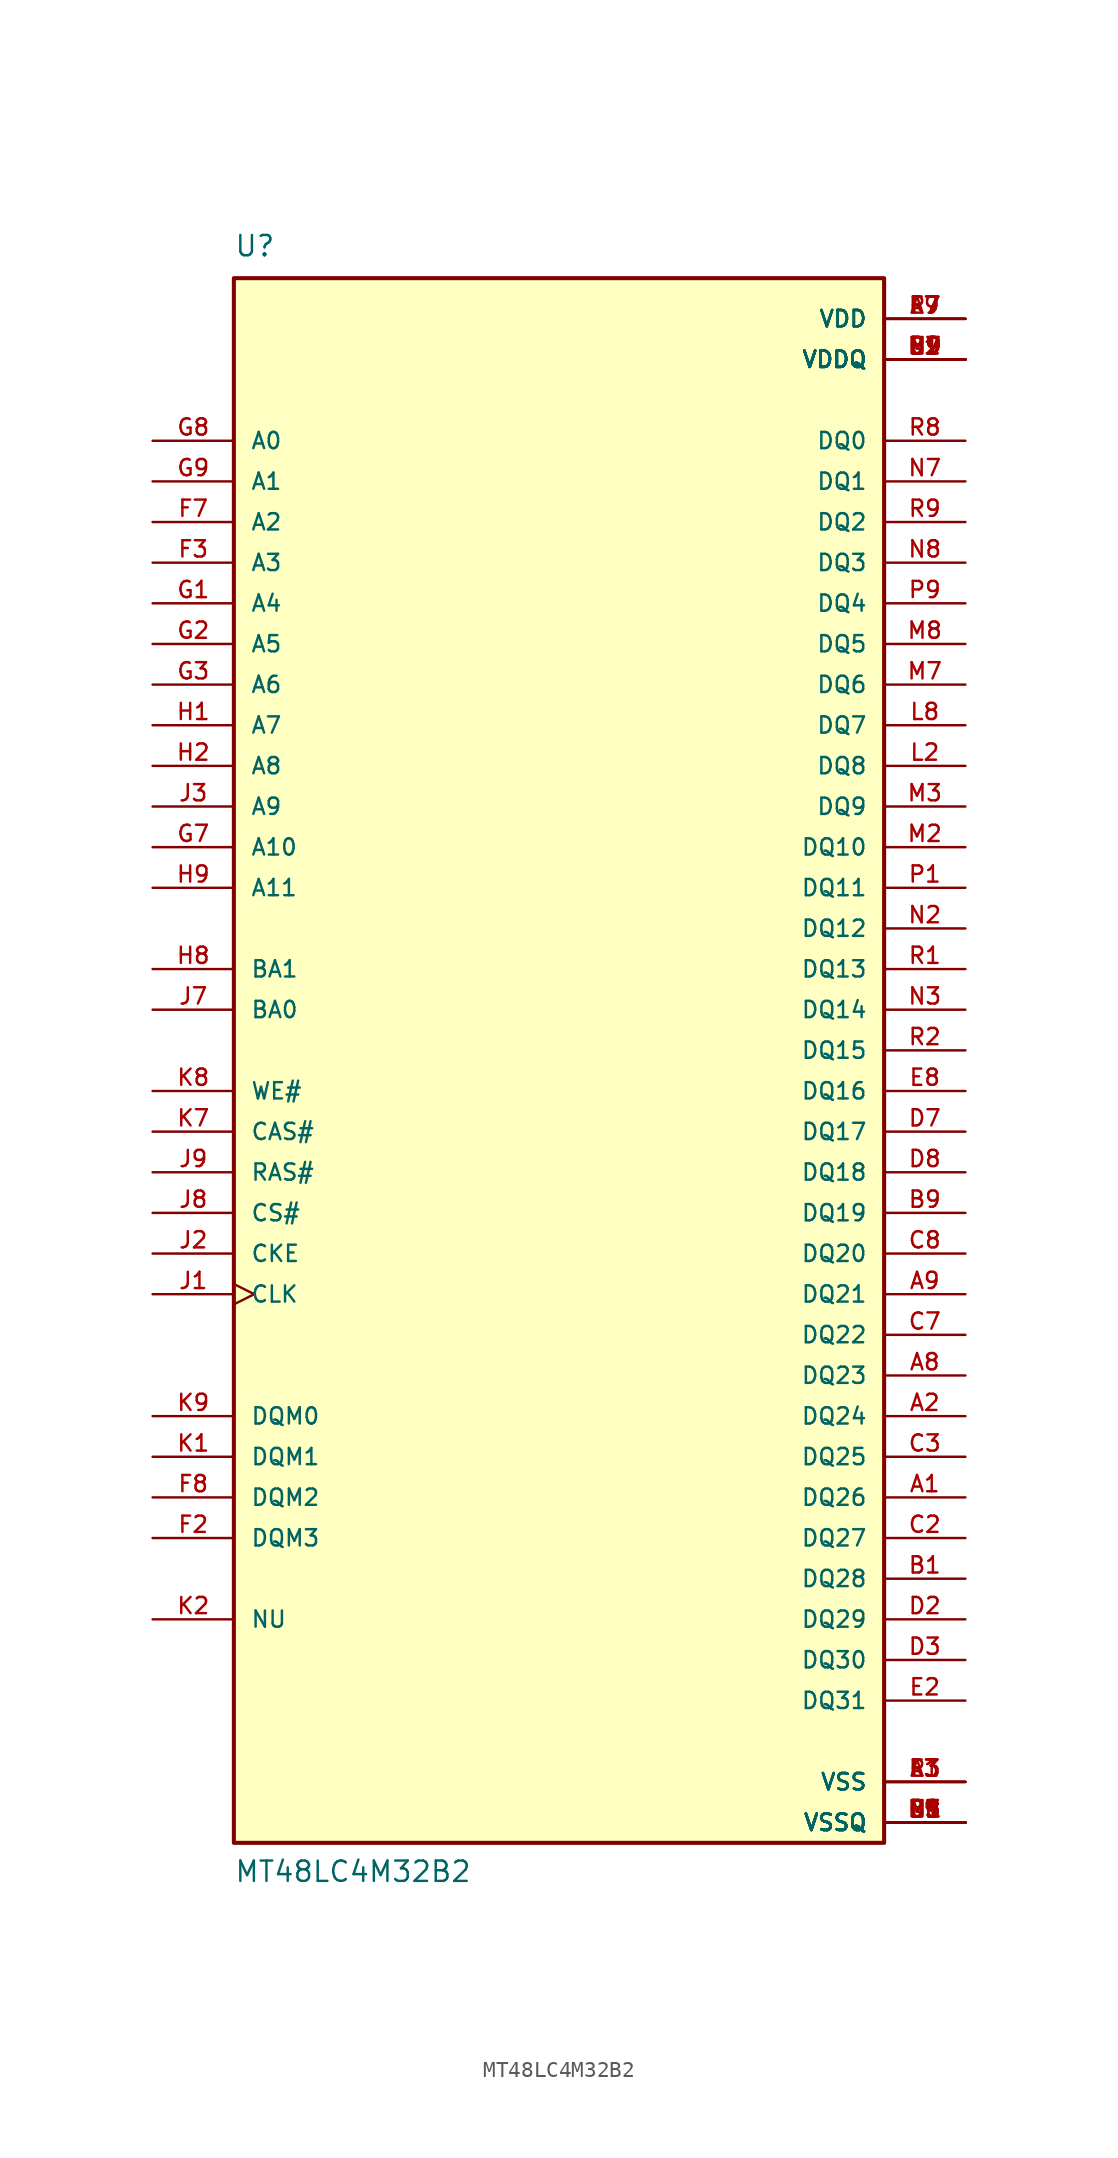
<source format=kicad_sym>
(kicad_symbol_lib
  (version 20211014)
  (generator kicad_symbol_editor)
  (symbol "MT48LC4M32B2"
    (pin_names
      (offset 1.016))
    (property "Reference" "U"
      (at -20.32 49.53 0)
      (effects (font (size 1.27 1.27)) (justify left bottom)))
    (property "Value" "MT48LC4M32B2"
      (at -20.32 -52.07 0)
      (effects (font (size 1.27 1.27)) (justify left bottom)))
    (symbol "MT48LC4M32B2_0_0"
      (rectangle (start 20.32 48.26) (end -20.32 -49.53) (stroke (width 0.254) (type default) (color 0 0 0 0)) (fill (type background)))
      (pin bidirectional line (at 25.4 -27.94 180) (length 5.08) (name "DQ26" (effects (font (size 1.016 1.016)))) (number "A1" (effects (font (size 1.016 1.016)))))
      (pin bidirectional line (at 25.4 -22.86 180) (length 5.08) (name "DQ24" (effects (font (size 1.016 1.016)))) (number "A2" (effects (font (size 1.016 1.016)))))
      (pin power_in line (at 25.4 -45.72 180) (length 5.08) (name "VSS" (effects (font (size 1.016 1.016)))) (number "A3" (effects (font (size 1.016 1.016)))))
      (pin power_in line (at 25.4 45.72 180) (length 5.08) (name "VDD" (effects (font (size 1.016 1.016)))) (number "A7" (effects (font (size 1.016 1.016)))))
      (pin bidirectional line (at 25.4 -20.32 180) (length 5.08) (name "DQ23" (effects (font (size 1.016 1.016)))) (number "A8" (effects (font (size 1.016 1.016)))))
      (pin bidirectional line (at 25.4 -15.24 180) (length 5.08) (name "DQ21" (effects (font (size 1.016 1.016)))) (number "A9" (effects (font (size 1.016 1.016)))))
      (pin bidirectional line (at 25.4 -33.02 180) (length 5.08) (name "DQ28" (effects (font (size 1.016 1.016)))) (number "B1" (effects (font (size 1.016 1.016)))))
      (pin power_in line (at 25.4 43.18 180) (length 5.08) (name "VDDQ" (effects (font (size 1.016 1.016)))) (number "B2" (effects (font (size 1.016 1.016)))))
      (pin power_in line (at 25.4 -48.26 180) (length 5.08) (name "VSSQ" (effects (font (size 1.016 1.016)))) (number "B3" (effects (font (size 1.016 1.016)))))
      (pin power_in line (at 25.4 43.18 180) (length 5.08) (name "VDDQ" (effects (font (size 1.016 1.016)))) (number "B7" (effects (font (size 1.016 1.016)))))
      (pin power_in line (at 25.4 -48.26 180) (length 5.08) (name "VSSQ" (effects (font (size 1.016 1.016)))) (number "B8" (effects (font (size 1.016 1.016)))))
      (pin bidirectional line (at 25.4 -10.16 180) (length 5.08) (name "DQ19" (effects (font (size 1.016 1.016)))) (number "B9" (effects (font (size 1.016 1.016)))))
      (pin power_in line (at 25.4 -48.26 180) (length 5.08) (name "VSSQ" (effects (font (size 1.016 1.016)))) (number "C1" (effects (font (size 1.016 1.016)))))
      (pin bidirectional line (at 25.4 -30.48 180) (length 5.08) (name "DQ27" (effects (font (size 1.016 1.016)))) (number "C2" (effects (font (size 1.016 1.016)))))
      (pin bidirectional line (at 25.4 -25.4 180) (length 5.08) (name "DQ25" (effects (font (size 1.016 1.016)))) (number "C3" (effects (font (size 1.016 1.016)))))
      (pin bidirectional line (at 25.4 -17.78 180) (length 5.08) (name "DQ22" (effects (font (size 1.016 1.016)))) (number "C7" (effects (font (size 1.016 1.016)))))
      (pin bidirectional line (at 25.4 -12.7 180) (length 5.08) (name "DQ20" (effects (font (size 1.016 1.016)))) (number "C8" (effects (font (size 1.016 1.016)))))
      (pin power_in line (at 25.4 43.18 180) (length 5.08) (name "VDDQ" (effects (font (size 1.016 1.016)))) (number "C9" (effects (font (size 1.016 1.016)))))
      (pin power_in line (at 25.4 -48.26 180) (length 5.08) (name "VSSQ" (effects (font (size 1.016 1.016)))) (number "D1" (effects (font (size 1.016 1.016)))))
      (pin bidirectional line (at 25.4 -35.56 180) (length 5.08) (name "DQ29" (effects (font (size 1.016 1.016)))) (number "D2" (effects (font (size 1.016 1.016)))))
      (pin bidirectional line (at 25.4 -38.1 180) (length 5.08) (name "DQ30" (effects (font (size 1.016 1.016)))) (number "D3" (effects (font (size 1.016 1.016)))))
      (pin bidirectional line (at 25.4 -5.08 180) (length 5.08) (name "DQ17" (effects (font (size 1.016 1.016)))) (number "D7" (effects (font (size 1.016 1.016)))))
      (pin bidirectional line (at 25.4 -7.62 180) (length 5.08) (name "DQ18" (effects (font (size 1.016 1.016)))) (number "D8" (effects (font (size 1.016 1.016)))))
      (pin power_in line (at 25.4 43.18 180) (length 5.08) (name "VDDQ" (effects (font (size 1.016 1.016)))) (number "D9" (effects (font (size 1.016 1.016)))))
      (pin power_in line (at 25.4 43.18 180) (length 5.08) (name "VDDQ" (effects (font (size 1.016 1.016)))) (number "E1" (effects (font (size 1.016 1.016)))))
      (pin bidirectional line (at 25.4 -40.64 180) (length 5.08) (name "DQ31" (effects (font (size 1.016 1.016)))) (number "E2" (effects (font (size 1.016 1.016)))))
      (pin bidirectional line (at 25.4 -2.54 180) (length 5.08) (name "DQ16" (effects (font (size 1.016 1.016)))) (number "E8" (effects (font (size 1.016 1.016)))))
      (pin power_in line (at 25.4 -48.26 180) (length 5.08) (name "VSSQ" (effects (font (size 1.016 1.016)))) (number "E9" (effects (font (size 1.016 1.016)))))
      (pin power_in line (at 25.4 -45.72 180) (length 5.08) (name "VSS" (effects (font (size 1.016 1.016)))) (number "F1" (effects (font (size 1.016 1.016)))))
      (pin bidirectional line (at -25.4 -30.48 0) (length 5.08) (name "DQM3" (effects (font (size 1.016 1.016)))) (number "F2" (effects (font (size 1.016 1.016)))))
      (pin input line (at -25.4 30.48 0) (length 5.08) (name "A3" (effects (font (size 1.016 1.016)))) (number "F3" (effects (font (size 1.016 1.016)))))
      (pin input line (at -25.4 33.02 0) (length 5.08) (name "A2" (effects (font (size 1.016 1.016)))) (number "F7" (effects (font (size 1.016 1.016)))))
      (pin bidirectional line (at -25.4 -27.94 0) (length 5.08) (name "DQM2" (effects (font (size 1.016 1.016)))) (number "F8" (effects (font (size 1.016 1.016)))))
      (pin power_in line (at 25.4 45.72 180) (length 5.08) (name "VDD" (effects (font (size 1.016 1.016)))) (number "F9" (effects (font (size 1.016 1.016)))))
      (pin input line (at -25.4 27.94 0) (length 5.08) (name "A4" (effects (font (size 1.016 1.016)))) (number "G1" (effects (font (size 1.016 1.016)))))
      (pin input line (at -25.4 25.4 0) (length 5.08) (name "A5" (effects (font (size 1.016 1.016)))) (number "G2" (effects (font (size 1.016 1.016)))))
      (pin input line (at -25.4 22.86 0) (length 5.08) (name "A6" (effects (font (size 1.016 1.016)))) (number "G3" (effects (font (size 1.016 1.016)))))
      (pin input line (at -25.4 12.7 0) (length 5.08) (name "A10" (effects (font (size 1.016 1.016)))) (number "G7" (effects (font (size 1.016 1.016)))))
      (pin input line (at -25.4 38.1 0) (length 5.08) (name "A0" (effects (font (size 1.016 1.016)))) (number "G8" (effects (font (size 1.016 1.016)))))
      (pin input line (at -25.4 35.56 0) (length 5.08) (name "A1" (effects (font (size 1.016 1.016)))) (number "G9" (effects (font (size 1.016 1.016)))))
      (pin input line (at -25.4 20.32 0) (length 5.08) (name "A7" (effects (font (size 1.016 1.016)))) (number "H1" (effects (font (size 1.016 1.016)))))
      (pin input line (at -25.4 17.78 0) (length 5.08) (name "A8" (effects (font (size 1.016 1.016)))) (number "H2" (effects (font (size 1.016 1.016)))))
      (pin input line (at -25.4 5.08 0) (length 5.08) (name "BA1" (effects (font (size 1.016 1.016)))) (number "H8" (effects (font (size 1.016 1.016)))))
      (pin input line (at -25.4 10.16 0) (length 5.08) (name "A11" (effects (font (size 1.016 1.016)))) (number "H9" (effects (font (size 1.016 1.016)))))
      (pin input clock (at -25.4 -15.24 0) (length 5.08) (name "CLK" (effects (font (size 1.016 1.016)))) (number "J1" (effects (font (size 1.016 1.016)))))
      (pin input line (at -25.4 -12.7 0) (length 5.08) (name "CKE" (effects (font (size 1.016 1.016)))) (number "J2" (effects (font (size 1.016 1.016)))))
      (pin input line (at -25.4 15.24 0) (length 5.08) (name "A9" (effects (font (size 1.016 1.016)))) (number "J3" (effects (font (size 1.016 1.016)))))
      (pin input line (at -25.4 2.54 0) (length 5.08) (name "BA0" (effects (font (size 1.016 1.016)))) (number "J7" (effects (font (size 1.016 1.016)))))
      (pin input line (at -25.4 -10.16 0) (length 5.08) (name "CS#" (effects (font (size 1.016 1.016)))) (number "J8" (effects (font (size 1.016 1.016)))))
      (pin input line (at -25.4 -7.62 0) (length 5.08) (name "RAS#" (effects (font (size 1.016 1.016)))) (number "J9" (effects (font (size 1.016 1.016)))))
      (pin bidirectional line (at -25.4 -25.4 0) (length 5.08) (name "DQM1" (effects (font (size 1.016 1.016)))) (number "K1" (effects (font (size 1.016 1.016)))))
      (pin bidirectional line (at -25.4 -35.56 0) (length 5.08) (name "NU" (effects (font (size 1.016 1.016)))) (number "K2" (effects (font (size 1.016 1.016)))))
      (pin input line (at -25.4 -5.08 0) (length 5.08) (name "CAS#" (effects (font (size 1.016 1.016)))) (number "K7" (effects (font (size 1.016 1.016)))))
      (pin input line (at -25.4 -2.54 0) (length 5.08) (name "WE#" (effects (font (size 1.016 1.016)))) (number "K8" (effects (font (size 1.016 1.016)))))
      (pin bidirectional line (at -25.4 -22.86 0) (length 5.08) (name "DQM0" (effects (font (size 1.016 1.016)))) (number "K9" (effects (font (size 1.016 1.016)))))
      (pin power_in line (at 25.4 43.18 180) (length 5.08) (name "VDDQ" (effects (font (size 1.016 1.016)))) (number "L1" (effects (font (size 1.016 1.016)))))
      (pin bidirectional line (at 25.4 17.78 180) (length 5.08) (name "DQ8" (effects (font (size 1.016 1.016)))) (number "L2" (effects (font (size 1.016 1.016)))))
      (pin power_in line (at 25.4 -45.72 180) (length 5.08) (name "VSS" (effects (font (size 1.016 1.016)))) (number "L3" (effects (font (size 1.016 1.016)))))
      (pin power_in line (at 25.4 45.72 180) (length 5.08) (name "VDD" (effects (font (size 1.016 1.016)))) (number "L7" (effects (font (size 1.016 1.016)))))
      (pin bidirectional line (at 25.4 20.32 180) (length 5.08) (name "DQ7" (effects (font (size 1.016 1.016)))) (number "L8" (effects (font (size 1.016 1.016)))))
      (pin power_in line (at 25.4 -48.26 180) (length 5.08) (name "VSSQ" (effects (font (size 1.016 1.016)))) (number "L9" (effects (font (size 1.016 1.016)))))
      (pin power_in line (at 25.4 -48.26 180) (length 5.08) (name "VSSQ" (effects (font (size 1.016 1.016)))) (number "M1" (effects (font (size 1.016 1.016)))))
      (pin bidirectional line (at 25.4 12.7 180) (length 5.08) (name "DQ10" (effects (font (size 1.016 1.016)))) (number "M2" (effects (font (size 1.016 1.016)))))
      (pin bidirectional line (at 25.4 15.24 180) (length 5.08) (name "DQ9" (effects (font (size 1.016 1.016)))) (number "M3" (effects (font (size 1.016 1.016)))))
      (pin bidirectional line (at 25.4 22.86 180) (length 5.08) (name "DQ6" (effects (font (size 1.016 1.016)))) (number "M7" (effects (font (size 1.016 1.016)))))
      (pin bidirectional line (at 25.4 25.4 180) (length 5.08) (name "DQ5" (effects (font (size 1.016 1.016)))) (number "M8" (effects (font (size 1.016 1.016)))))
      (pin power_in line (at 25.4 43.18 180) (length 5.08) (name "VDDQ" (effects (font (size 1.016 1.016)))) (number "M9" (effects (font (size 1.016 1.016)))))
      (pin power_in line (at 25.4 -48.26 180) (length 5.08) (name "VSSQ" (effects (font (size 1.016 1.016)))) (number "N1" (effects (font (size 1.016 1.016)))))
      (pin bidirectional line (at 25.4 7.62 180) (length 5.08) (name "DQ12" (effects (font (size 1.016 1.016)))) (number "N2" (effects (font (size 1.016 1.016)))))
      (pin bidirectional line (at 25.4 2.54 180) (length 5.08) (name "DQ14" (effects (font (size 1.016 1.016)))) (number "N3" (effects (font (size 1.016 1.016)))))
      (pin bidirectional line (at 25.4 35.56 180) (length 5.08) (name "DQ1" (effects (font (size 1.016 1.016)))) (number "N7" (effects (font (size 1.016 1.016)))))
      (pin bidirectional line (at 25.4 30.48 180) (length 5.08) (name "DQ3" (effects (font (size 1.016 1.016)))) (number "N8" (effects (font (size 1.016 1.016)))))
      (pin power_in line (at 25.4 43.18 180) (length 5.08) (name "VDDQ" (effects (font (size 1.016 1.016)))) (number "N9" (effects (font (size 1.016 1.016)))))
      (pin bidirectional line (at 25.4 10.16 180) (length 5.08) (name "DQ11" (effects (font (size 1.016 1.016)))) (number "P1" (effects (font (size 1.016 1.016)))))
      (pin power_in line (at 25.4 43.18 180) (length 5.08) (name "VDDQ" (effects (font (size 1.016 1.016)))) (number "P2" (effects (font (size 1.016 1.016)))))
      (pin power_in line (at 25.4 -48.26 180) (length 5.08) (name "VSSQ" (effects (font (size 1.016 1.016)))) (number "P3" (effects (font (size 1.016 1.016)))))
      (pin power_in line (at 25.4 43.18 180) (length 5.08) (name "VDDQ" (effects (font (size 1.016 1.016)))) (number "P7" (effects (font (size 1.016 1.016)))))
      (pin power_in line (at 25.4 -48.26 180) (length 5.08) (name "VSSQ" (effects (font (size 1.016 1.016)))) (number "P8" (effects (font (size 1.016 1.016)))))
      (pin bidirectional line (at 25.4 27.94 180) (length 5.08) (name "DQ4" (effects (font (size 1.016 1.016)))) (number "P9" (effects (font (size 1.016 1.016)))))
      (pin bidirectional line (at 25.4 5.08 180) (length 5.08) (name "DQ13" (effects (font (size 1.016 1.016)))) (number "R1" (effects (font (size 1.016 1.016)))))
      (pin bidirectional line (at 25.4 0 180) (length 5.08) (name "DQ15" (effects (font (size 1.016 1.016)))) (number "R2" (effects (font (size 1.016 1.016)))))
      (pin power_in line (at 25.4 -45.72 180) (length 5.08) (name "VSS" (effects (font (size 1.016 1.016)))) (number "R3" (effects (font (size 1.016 1.016)))))
      (pin power_in line (at 25.4 45.72 180) (length 5.08) (name "VDD" (effects (font (size 1.016 1.016)))) (number "R7" (effects (font (size 1.016 1.016)))))
      (pin bidirectional line (at 25.4 38.1 180) (length 5.08) (name "DQ0" (effects (font (size 1.016 1.016)))) (number "R8" (effects (font (size 1.016 1.016)))))
      (pin bidirectional line (at 25.4 33.02 180) (length 5.08) (name "DQ2" (effects (font (size 1.016 1.016)))) (number "R9" (effects (font (size 1.016 1.016))))))))
</source>
